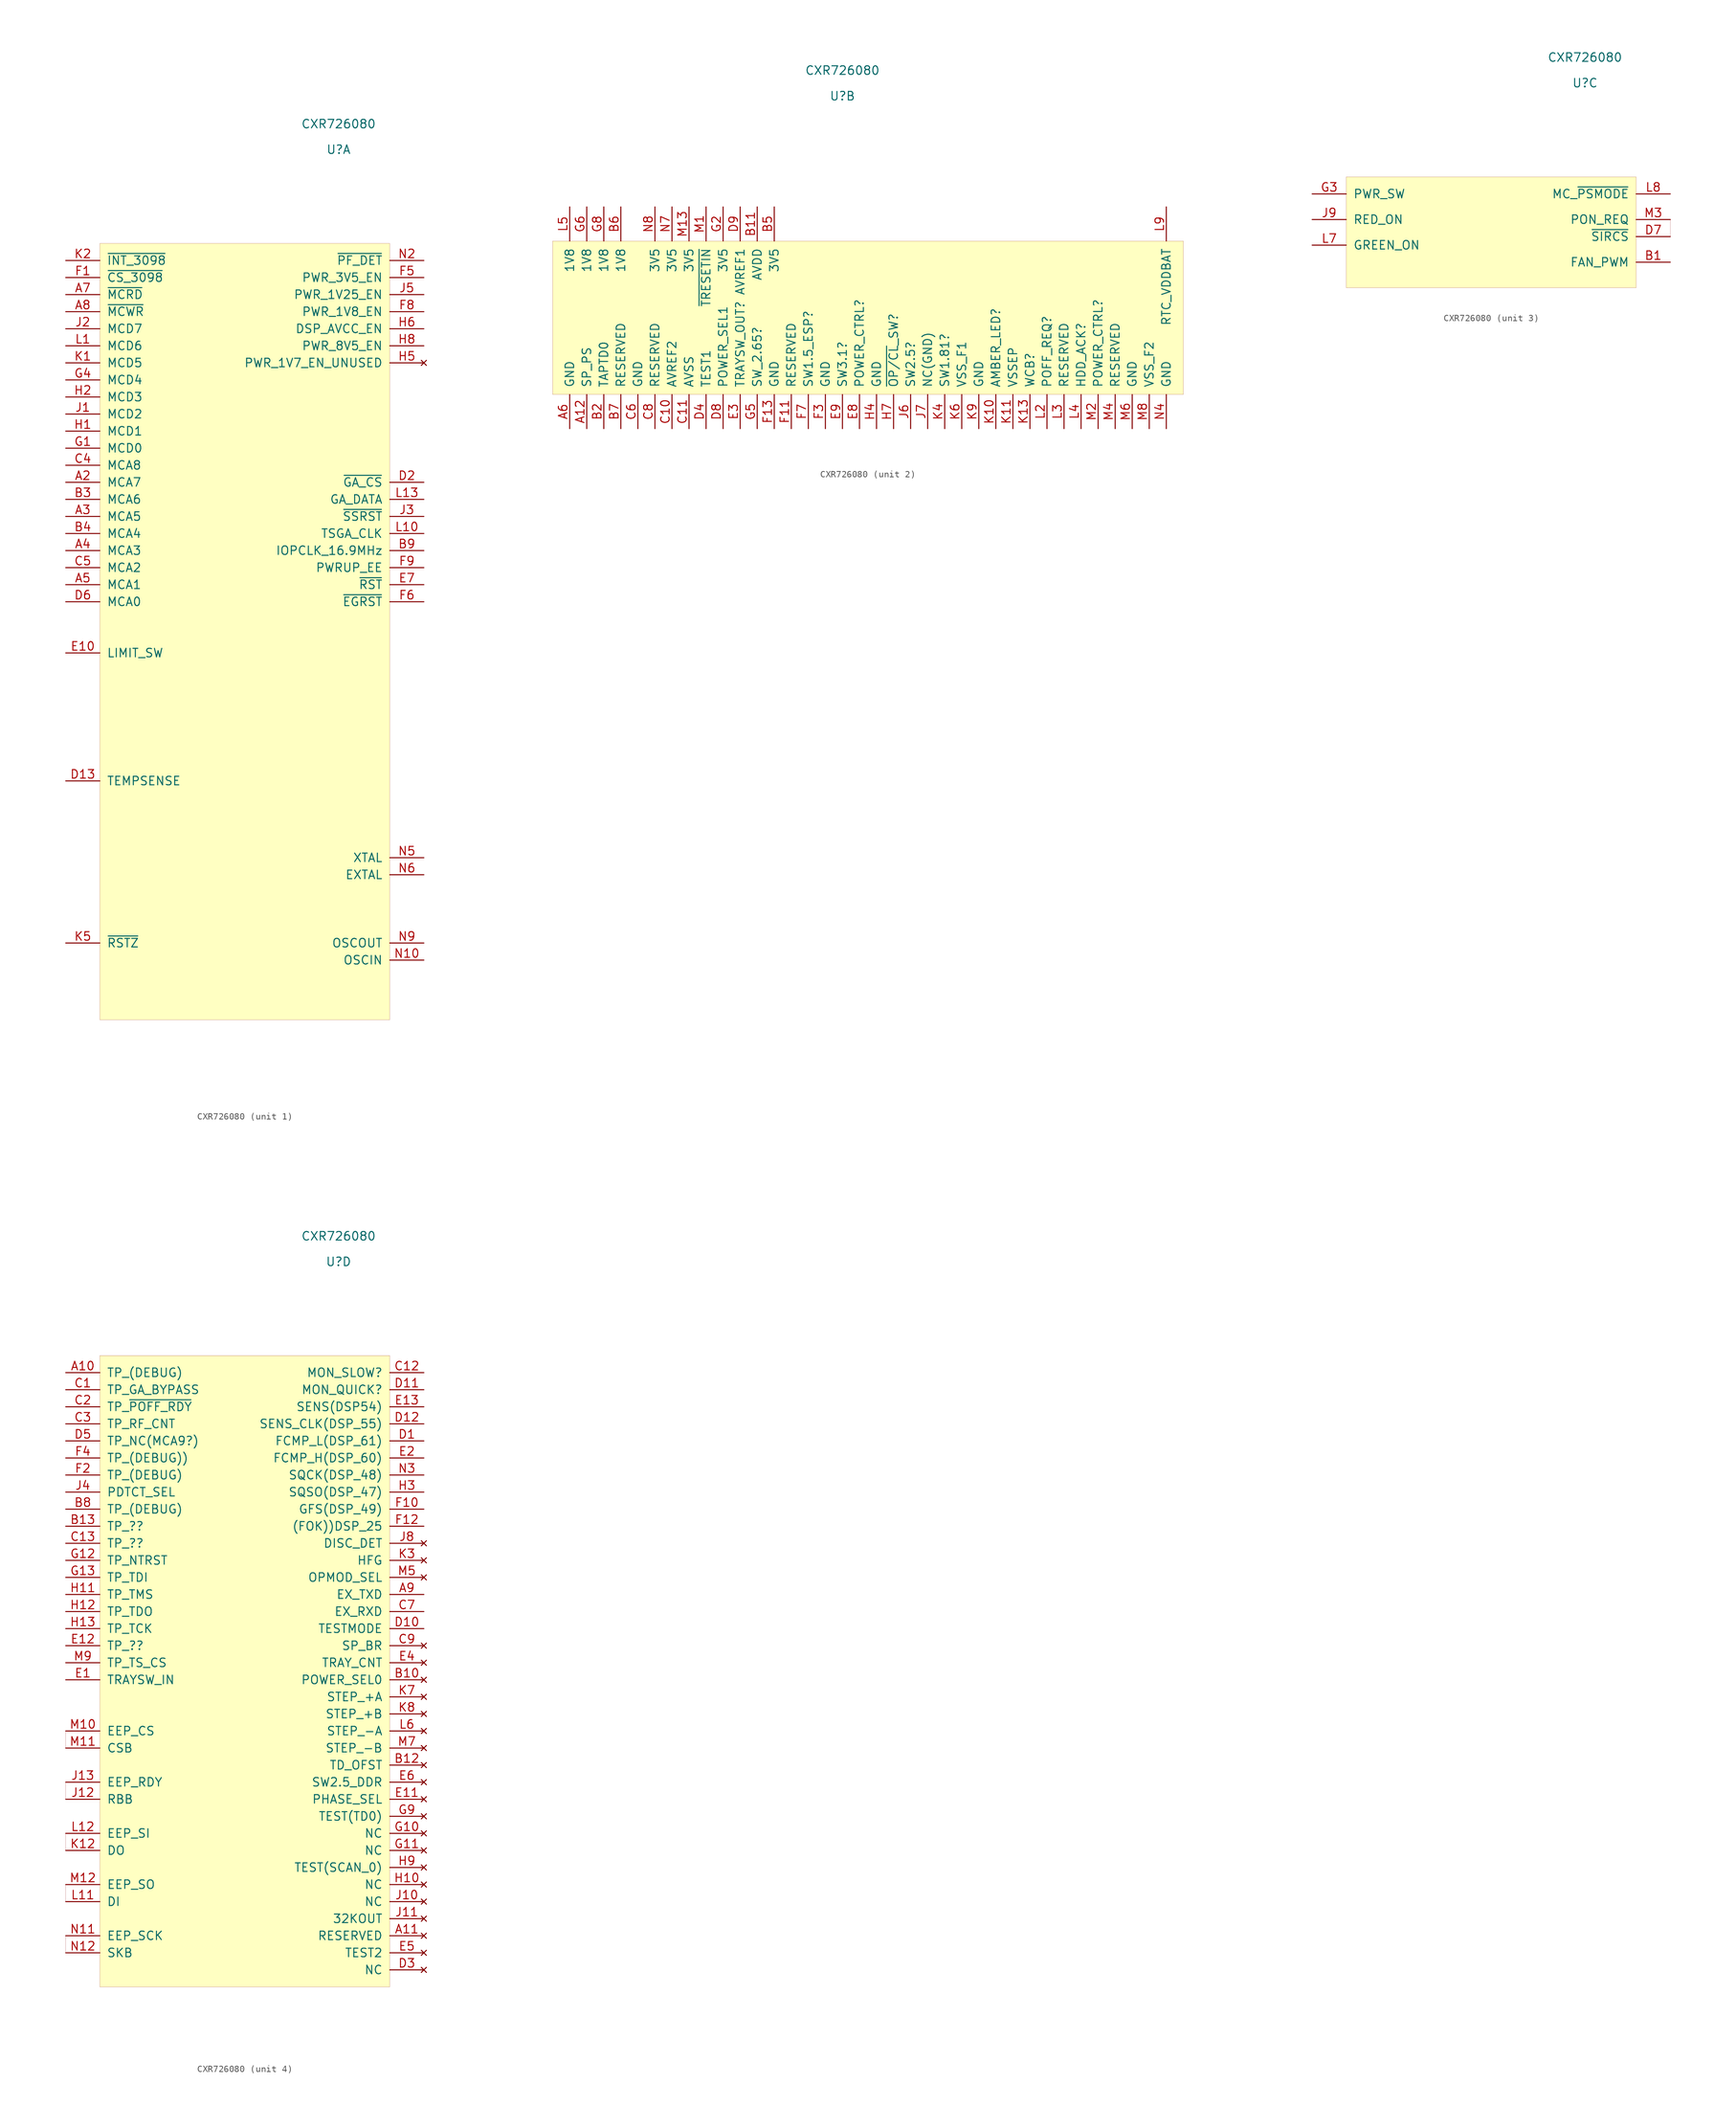
<source format=kicad_sym>
(kicad_symbol_lib
  (version 20220914)
  (generator kicad_symbol_editor)
  (symbol "CXR726080"
    (pin_names
      (offset 1.016))
    (property "Reference" "U"
      (at 40.64 16.51 0)
      (effects (font (size 1.27 1.27))))
    (property "Value" "CXR726080"
      (at 40.64 20.32 0)
      (effects (font (size 1.27 1.27))))
    (property "ki_locked" ""
      (at 0 0 0)
      (effects (font (size 1.27 1.27))))
    (symbol "CXR726080_1_0"
      (pin passive line (at 0 -33.02 0) (length 5.08) (name "MCA7" (effects (font (size 1.27 1.27)))) (number "A2" (effects (font (size 1.27 1.27)))))
      (pin passive line (at 0 -38.1 0) (length 5.08) (name "MCA5" (effects (font (size 1.27 1.27)))) (number "A3" (effects (font (size 1.27 1.27)))))
      (pin passive line (at 0 -43.18 0) (length 5.08) (name "MCA3" (effects (font (size 1.27 1.27)))) (number "A4" (effects (font (size 1.27 1.27)))))
      (pin passive line (at 0 -48.26 0) (length 5.08) (name "MCA1" (effects (font (size 1.27 1.27)))) (number "A5" (effects (font (size 1.27 1.27)))))
      (pin passive line (at 0 -5.08 0) (length 5.08) (name "~{MCRD}" (effects (font (size 1.27 1.27)))) (number "A7" (effects (font (size 1.27 1.27)))))
      (pin passive line (at 0 -7.62 0) (length 5.08) (name "~{MCWR}" (effects (font (size 1.27 1.27)))) (number "A8" (effects (font (size 1.27 1.27)))))
      (pin passive line (at 0 -35.56 0) (length 5.08) (name "MCA6" (effects (font (size 1.27 1.27)))) (number "B3" (effects (font (size 1.27 1.27)))))
      (pin passive line (at 0 -40.64 0) (length 5.08) (name "MCA4" (effects (font (size 1.27 1.27)))) (number "B4" (effects (font (size 1.27 1.27)))))
      (pin passive line (at 53.34 -43.18 180) (length 5.08) (name "IOPCLK_16.9MHz" (effects (font (size 1.27 1.27)))) (number "B9" (effects (font (size 1.27 1.27)))))
      (pin passive line (at 0 -30.48 0) (length 5.08) (name "MCA8" (effects (font (size 1.27 1.27)))) (number "C4" (effects (font (size 1.27 1.27)))))
      (pin passive line (at 0 -45.72 0) (length 5.08) (name "MCA2" (effects (font (size 1.27 1.27)))) (number "C5" (effects (font (size 1.27 1.27)))))
      (pin passive line (at 0 -77.47 0) (length 5.08) (name "TEMPSENSE" (effects (font (size 1.27 1.27)))) (number "D13" (effects (font (size 1.27 1.27)))))
      (pin passive line (at 53.34 -33.02 180) (length 5.08) (name "~{GA_CS}" (effects (font (size 1.27 1.27)))) (number "D2" (effects (font (size 1.27 1.27)))))
      (pin passive line (at 0 -50.8 0) (length 5.08) (name "MCA0" (effects (font (size 1.27 1.27)))) (number "D6" (effects (font (size 1.27 1.27)))))
      (pin passive line (at 0 -58.42 0) (length 5.08) (name "LIMIT_SW" (effects (font (size 1.27 1.27)))) (number "E10" (effects (font (size 1.27 1.27)))))
      (pin passive line (at 53.34 -48.26 180) (length 5.08) (name "~{RST}" (effects (font (size 1.27 1.27)))) (number "E7" (effects (font (size 1.27 1.27)))))
      (pin passive line (at 0 -2.54 0) (length 5.08) (name "~{CS_3098}" (effects (font (size 1.27 1.27)))) (number "F1" (effects (font (size 1.27 1.27)))))
      (pin passive line (at 53.34 -2.54 180) (length 5.08) (name "PWR_3V5_EN" (effects (font (size 1.27 1.27)))) (number "F5" (effects (font (size 1.27 1.27)))))
      (pin passive line (at 53.34 -50.8 180) (length 5.08) (name "~{EGRST}" (effects (font (size 1.27 1.27)))) (number "F6" (effects (font (size 1.27 1.27)))))
      (pin passive line (at 53.34 -7.62 180) (length 5.08) (name "PWR_1V8_EN" (effects (font (size 1.27 1.27)))) (number "F8" (effects (font (size 1.27 1.27)))))
      (pin passive line (at 53.34 -45.72 180) (length 5.08) (name "PWRUP_EE" (effects (font (size 1.27 1.27)))) (number "F9" (effects (font (size 1.27 1.27)))))
      (pin passive line (at 0 -27.94 0) (length 5.08) (name "MCD0" (effects (font (size 1.27 1.27)))) (number "G1" (effects (font (size 1.27 1.27)))))
      (pin passive line (at 0 -17.78 0) (length 5.08) (name "MCD4" (effects (font (size 1.27 1.27)))) (number "G4" (effects (font (size 1.27 1.27)))))
      (pin passive line (at 0 -25.4 0) (length 5.08) (name "MCD1" (effects (font (size 1.27 1.27)))) (number "H1" (effects (font (size 1.27 1.27)))))
      (pin passive line (at 0 -20.32 0) (length 5.08) (name "MCD3" (effects (font (size 1.27 1.27)))) (number "H2" (effects (font (size 1.27 1.27)))))
      (pin no_connect line (at 53.34 -15.24 180) (length 5.08) (name "PWR_1V7_EN_UNUSED" (effects (font (size 1.27 1.27)))) (number "H5" (effects (font (size 1.27 1.27)))))
      (pin passive line (at 53.34 -10.16 180) (length 5.08) (name "DSP_AVCC_EN" (effects (font (size 1.27 1.27)))) (number "H6" (effects (font (size 1.27 1.27)))))
      (pin passive line (at 53.34 -12.7 180) (length 5.08) (name "PWR_8V5_EN" (effects (font (size 1.27 1.27)))) (number "H8" (effects (font (size 1.27 1.27)))))
      (pin passive line (at 0 -22.86 0) (length 5.08) (name "MCD2" (effects (font (size 1.27 1.27)))) (number "J1" (effects (font (size 1.27 1.27)))))
      (pin passive line (at 0 -10.16 0) (length 5.08) (name "MCD7" (effects (font (size 1.27 1.27)))) (number "J2" (effects (font (size 1.27 1.27)))))
      (pin passive line (at 53.34 -38.1 180) (length 5.08) (name "~{SSRST}" (effects (font (size 1.27 1.27)))) (number "J3" (effects (font (size 1.27 1.27)))))
      (pin passive line (at 53.34 -5.08 180) (length 5.08) (name "PWR_1V25_EN" (effects (font (size 1.27 1.27)))) (number "J5" (effects (font (size 1.27 1.27)))))
      (pin passive line (at 0 -15.24 0) (length 5.08) (name "MCD5" (effects (font (size 1.27 1.27)))) (number "K1" (effects (font (size 1.27 1.27)))))
      (pin passive line (at 0 0 0) (length 5.08) (name "~{INT_3098}" (effects (font (size 1.27 1.27)))) (number "K2" (effects (font (size 1.27 1.27)))))
      (pin passive line (at 0 -101.6 0) (length 5.08) (name "~{RSTZ}" (effects (font (size 1.27 1.27)))) (number "K5" (effects (font (size 1.27 1.27)))))
      (pin passive line (at 0 -12.7 0) (length 5.08) (name "MCD6" (effects (font (size 1.27 1.27)))) (number "L1" (effects (font (size 1.27 1.27)))))
      (pin passive line (at 53.34 -40.64 180) (length 5.08) (name "TSGA_CLK" (effects (font (size 1.27 1.27)))) (number "L10" (effects (font (size 1.27 1.27)))))
      (pin passive line (at 53.34 -35.56 180) (length 5.08) (name "GA_DATA" (effects (font (size 1.27 1.27)))) (number "L13" (effects (font (size 1.27 1.27)))))
      (pin passive line (at 53.34 -104.14 180) (length 5.08) (name "OSCIN" (effects (font (size 1.27 1.27)))) (number "N10" (effects (font (size 1.27 1.27)))))
      (pin passive line (at 53.34 0 180) (length 5.08) (name "~{PF_DET}" (effects (font (size 1.27 1.27)))) (number "N2" (effects (font (size 1.27 1.27)))))
      (pin passive line (at 53.34 -88.9 180) (length 5.08) (name "XTAL" (effects (font (size 1.27 1.27)))) (number "N5" (effects (font (size 1.27 1.27)))))
      (pin passive line (at 53.34 -91.44 180) (length 5.08) (name "EXTAL" (effects (font (size 1.27 1.27)))) (number "N6" (effects (font (size 1.27 1.27)))))
      (pin passive line (at 53.34 -101.6 180) (length 5.08) (name "OSCOUT" (effects (font (size 1.27 1.27)))) (number "N9" (effects (font (size 1.27 1.27))))))
    (symbol "CXR726080_1_1"
      (rectangle (start 5.08 2.54) (end 48.26 -113.03) (stroke (width 0.001) (type default)) (fill (type background))))
    (symbol "CXR726080_2_0"
      (pin passive line (at 2.54 -33.02 90) (length 5.08) (name "SP_PS" (effects (font (size 1.27 1.27)))) (number "A12" (effects (font (size 1.27 1.27)))))
      (pin passive line (at 0 -33.02 90) (length 5.08) (name "GND" (effects (font (size 1.27 1.27)))) (number "A6" (effects (font (size 1.27 1.27)))))
      (pin passive line (at 27.94 0 270) (length 5.08) (name "AVDD" (effects (font (size 1.27 1.27)))) (number "B11" (effects (font (size 1.27 1.27)))))
      (pin passive line (at 5.08 -33.02 90) (length 5.08) (name "TAPTD0" (effects (font (size 1.27 1.27)))) (number "B2" (effects (font (size 1.27 1.27)))))
      (pin passive line (at 30.48 0 270) (length 5.08) (name "3V5" (effects (font (size 1.27 1.27)))) (number "B5" (effects (font (size 1.27 1.27)))))
      (pin passive line (at 7.62 0 270) (length 5.08) (name "1V8" (effects (font (size 1.27 1.27)))) (number "B6" (effects (font (size 1.27 1.27)))))
      (pin passive line (at 7.62 -33.02 90) (length 5.08) (name "RESERVED" (effects (font (size 1.27 1.27)))) (number "B7" (effects (font (size 1.27 1.27)))))
      (pin passive line (at 15.24 -33.02 90) (length 5.08) (name "AVREF2" (effects (font (size 1.27 1.27)))) (number "C10" (effects (font (size 1.27 1.27)))))
      (pin passive line (at 17.78 -33.02 90) (length 5.08) (name "AVSS" (effects (font (size 1.27 1.27)))) (number "C11" (effects (font (size 1.27 1.27)))))
      (pin passive line (at 10.16 -33.02 90) (length 5.08) (name "GND" (effects (font (size 1.27 1.27)))) (number "C6" (effects (font (size 1.27 1.27)))))
      (pin passive line (at 12.7 -33.02 90) (length 5.08) (name "RESERVED" (effects (font (size 1.27 1.27)))) (number "C8" (effects (font (size 1.27 1.27)))))
      (pin passive line (at 20.32 -33.02 90) (length 5.08) (name "TEST1" (effects (font (size 1.27 1.27)))) (number "D4" (effects (font (size 1.27 1.27)))))
      (pin passive line (at 22.86 -33.02 90) (length 5.08) (name "POWER_SEL1" (effects (font (size 1.27 1.27)))) (number "D8" (effects (font (size 1.27 1.27)))))
      (pin passive line (at 25.4 0 270) (length 5.08) (name "AVREF1" (effects (font (size 1.27 1.27)))) (number "D9" (effects (font (size 1.27 1.27)))))
      (pin passive line (at 25.4 -33.02 90) (length 5.08) (name "TRAYSW_OUT?" (effects (font (size 1.27 1.27)))) (number "E3" (effects (font (size 1.27 1.27)))))
      (pin passive line (at 43.18 -33.02 90) (length 5.08) (name "POWER_CTRL?" (effects (font (size 1.27 1.27)))) (number "E8" (effects (font (size 1.27 1.27)))))
      (pin passive line (at 40.64 -33.02 90) (length 5.08) (name "SW3.1?" (effects (font (size 1.27 1.27)))) (number "E9" (effects (font (size 1.27 1.27)))))
      (pin passive line (at 33.02 -33.02 90) (length 5.08) (name "RESERVED" (effects (font (size 1.27 1.27)))) (number "F11" (effects (font (size 1.27 1.27)))))
      (pin passive line (at 30.48 -33.02 90) (length 5.08) (name "GND" (effects (font (size 1.27 1.27)))) (number "F13" (effects (font (size 1.27 1.27)))))
      (pin passive line (at 38.1 -33.02 90) (length 5.08) (name "GND" (effects (font (size 1.27 1.27)))) (number "F3" (effects (font (size 1.27 1.27)))))
      (pin passive line (at 35.56 -33.02 90) (length 5.08) (name "SW1.5_ESP?" (effects (font (size 1.27 1.27)))) (number "F7" (effects (font (size 1.27 1.27)))))
      (pin passive line (at 22.86 0 270) (length 5.08) (name "3V5" (effects (font (size 1.27 1.27)))) (number "G2" (effects (font (size 1.27 1.27)))))
      (pin passive line (at 27.94 -33.02 90) (length 5.08) (name "SW_2.65?" (effects (font (size 1.27 1.27)))) (number "G5" (effects (font (size 1.27 1.27)))))
      (pin passive line (at 2.54 0 270) (length 5.08) (name "1V8" (effects (font (size 1.27 1.27)))) (number "G6" (effects (font (size 1.27 1.27)))))
      (pin passive line (at 5.08 0 270) (length 5.08) (name "1V8" (effects (font (size 1.27 1.27)))) (number "G8" (effects (font (size 1.27 1.27)))))
      (pin passive line (at 45.72 -33.02 90) (length 5.08) (name "GND" (effects (font (size 1.27 1.27)))) (number "H4" (effects (font (size 1.27 1.27)))))
      (pin passive line (at 48.26 -33.02 90) (length 5.08) (name "~{OP/CL}_SW?" (effects (font (size 1.27 1.27)))) (number "H7" (effects (font (size 1.27 1.27)))))
      (pin passive line (at 50.8 -33.02 90) (length 5.08) (name "SW2.5?" (effects (font (size 1.27 1.27)))) (number "J6" (effects (font (size 1.27 1.27)))))
      (pin passive line (at 53.34 -33.02 90) (length 5.08) (name "NC(GND)" (effects (font (size 1.27 1.27)))) (number "J7" (effects (font (size 1.27 1.27)))))
      (pin passive line (at 63.5 -33.02 90) (length 5.08) (name "AMBER_LED?" (effects (font (size 1.27 1.27)))) (number "K10" (effects (font (size 1.27 1.27)))))
      (pin passive line (at 66.04 -33.02 90) (length 5.08) (name "VSSEP" (effects (font (size 1.27 1.27)))) (number "K11" (effects (font (size 1.27 1.27)))))
      (pin passive line (at 68.58 -33.02 90) (length 5.08) (name "WCB?" (effects (font (size 1.27 1.27)))) (number "K13" (effects (font (size 1.27 1.27)))))
      (pin passive line (at 55.88 -33.02 90) (length 5.08) (name "SW1.81?" (effects (font (size 1.27 1.27)))) (number "K4" (effects (font (size 1.27 1.27)))))
      (pin passive line (at 58.42 -33.02 90) (length 5.08) (name "VSS_F1" (effects (font (size 1.27 1.27)))) (number "K6" (effects (font (size 1.27 1.27)))))
      (pin passive line (at 60.96 -33.02 90) (length 5.08) (name "GND" (effects (font (size 1.27 1.27)))) (number "K9" (effects (font (size 1.27 1.27)))))
      (pin passive line (at 71.12 -33.02 90) (length 5.08) (name "POFF_REQ?" (effects (font (size 1.27 1.27)))) (number "L2" (effects (font (size 1.27 1.27)))))
      (pin passive line (at 73.66 -33.02 90) (length 5.08) (name "RESERVED" (effects (font (size 1.27 1.27)))) (number "L3" (effects (font (size 1.27 1.27)))))
      (pin passive line (at 76.2 -33.02 90) (length 5.08) (name "HDD_ACK?" (effects (font (size 1.27 1.27)))) (number "L4" (effects (font (size 1.27 1.27)))))
      (pin passive line (at 0 0 270) (length 5.08) (name "1V8" (effects (font (size 1.27 1.27)))) (number "L5" (effects (font (size 1.27 1.27)))))
      (pin passive line (at 88.9 0 270) (length 5.08) (name "RTC_VDDBAT" (effects (font (size 1.27 1.27)))) (number "L9" (effects (font (size 1.27 1.27)))))
      (pin passive line (at 20.32 0 270) (length 5.08) (name "~{TRESETIN}" (effects (font (size 1.27 1.27)))) (number "M1" (effects (font (size 1.27 1.27)))))
      (pin passive line (at 17.78 0 270) (length 5.08) (name "3V5" (effects (font (size 1.27 1.27)))) (number "M13" (effects (font (size 1.27 1.27)))))
      (pin passive line (at 78.74 -33.02 90) (length 5.08) (name "POWER_CTRL?" (effects (font (size 1.27 1.27)))) (number "M2" (effects (font (size 1.27 1.27)))))
      (pin passive line (at 81.28 -33.02 90) (length 5.08) (name "RESERVED" (effects (font (size 1.27 1.27)))) (number "M4" (effects (font (size 1.27 1.27)))))
      (pin passive line (at 83.82 -33.02 90) (length 5.08) (name "GND" (effects (font (size 1.27 1.27)))) (number "M6" (effects (font (size 1.27 1.27)))))
      (pin passive line (at 86.36 -33.02 90) (length 5.08) (name "VSS_F2" (effects (font (size 1.27 1.27)))) (number "M8" (effects (font (size 1.27 1.27)))))
      (pin passive line (at 88.9 -33.02 90) (length 5.08) (name "GND" (effects (font (size 1.27 1.27)))) (number "N4" (effects (font (size 1.27 1.27)))))
      (pin passive line (at 15.24 0 270) (length 5.08) (name "3V5" (effects (font (size 1.27 1.27)))) (number "N7" (effects (font (size 1.27 1.27)))))
      (pin passive line (at 12.7 0 270) (length 5.08) (name "3V5" (effects (font (size 1.27 1.27)))) (number "N8" (effects (font (size 1.27 1.27))))))
    (symbol "CXR726080_2_1"
      (rectangle (start -2.54 -5.08) (end 91.44 -27.94) (stroke (width 0.001) (type default)) (fill (type background))))
    (symbol "CXR726080_3_0"
      (pin passive line (at 53.34 -10.16 180) (length 5.08) (name "FAN_PWM" (effects (font (size 1.27 1.27)))) (number "B1" (effects (font (size 1.27 1.27)))))
      (pin passive line (at 53.34 -6.35 180) (length 5.08) (name "~{SIRCS}" (effects (font (size 1.27 1.27)))) (number "D7" (effects (font (size 1.27 1.27)))))
      (pin passive line (at 0 0 0) (length 5.08) (name "PWR_SW" (effects (font (size 1.27 1.27)))) (number "G3" (effects (font (size 1.27 1.27)))))
      (pin passive line (at 0 -3.81 0) (length 5.08) (name "RED_ON" (effects (font (size 1.27 1.27)))) (number "J9" (effects (font (size 1.27 1.27)))))
      (pin passive line (at 0 -7.62 0) (length 5.08) (name "GREEN_ON" (effects (font (size 1.27 1.27)))) (number "L7" (effects (font (size 1.27 1.27)))))
      (pin passive line (at 53.34 0 180) (length 5.08) (name "MC_~{PSMODE}" (effects (font (size 1.27 1.27)))) (number "L8" (effects (font (size 1.27 1.27)))))
      (pin passive line (at 53.34 -3.81 180) (length 5.08) (name "PON_REQ" (effects (font (size 1.27 1.27)))) (number "M3" (effects (font (size 1.27 1.27))))))
    (symbol "CXR726080_3_1"
      (polyline (pts (xy 53.34 -3.81) (xy 53.34 -6.35)) (stroke (width 0.001) (type default)) (fill (type none)))
      (rectangle (start 5.08 2.54) (end 48.26 -13.97) (stroke (width 0.001) (type default)) (fill (type background))))
    (symbol "CXR726080_4_0"
      (pin passive line (at 0 0 0) (length 5.08) (name "TP_(DEBUG)" (effects (font (size 1.27 1.27)))) (number "A10" (effects (font (size 1.27 1.27)))))
      (pin no_connect line (at 53.34 -83.82 180) (length 5.08) (name "RESERVED" (effects (font (size 1.27 1.27)))) (number "A11" (effects (font (size 1.27 1.27)))))
      (pin passive line (at 53.34 -33.02 180) (length 5.08) (name "EX_TXD" (effects (font (size 1.27 1.27)))) (number "A9" (effects (font (size 1.27 1.27)))))
      (pin no_connect line (at 53.34 -45.72 180) (length 5.08) (name "POWER_SEL0" (effects (font (size 1.27 1.27)))) (number "B10" (effects (font (size 1.27 1.27)))))
      (pin no_connect line (at 53.34 -58.42 180) (length 5.08) (name "TD_OFST" (effects (font (size 1.27 1.27)))) (number "B12" (effects (font (size 1.27 1.27)))))
      (pin passive line (at 0 -22.86 0) (length 5.08) (name "TP_??" (effects (font (size 1.27 1.27)))) (number "B13" (effects (font (size 1.27 1.27)))))
      (pin passive line (at 0 -20.32 0) (length 5.08) (name "TP_(DEBUG)" (effects (font (size 1.27 1.27)))) (number "B8" (effects (font (size 1.27 1.27)))))
      (pin passive line (at 0 -2.54 0) (length 5.08) (name "TP_GA_BYPASS" (effects (font (size 1.27 1.27)))) (number "C1" (effects (font (size 1.27 1.27)))))
      (pin passive line (at 53.34 0 180) (length 5.08) (name "MON_SLOW?" (effects (font (size 1.27 1.27)))) (number "C12" (effects (font (size 1.27 1.27)))))
      (pin passive line (at 0 -25.4 0) (length 5.08) (name "TP_??" (effects (font (size 1.27 1.27)))) (number "C13" (effects (font (size 1.27 1.27)))))
      (pin passive line (at 0 -5.08 0) (length 5.08) (name "TP_~{POFF_RDY}" (effects (font (size 1.27 1.27)))) (number "C2" (effects (font (size 1.27 1.27)))))
      (pin passive line (at 0 -7.62 0) (length 5.08) (name "TP_RF_CNT" (effects (font (size 1.27 1.27)))) (number "C3" (effects (font (size 1.27 1.27)))))
      (pin passive line (at 53.34 -35.56 180) (length 5.08) (name "EX_RXD" (effects (font (size 1.27 1.27)))) (number "C7" (effects (font (size 1.27 1.27)))))
      (pin no_connect line (at 53.34 -40.64 180) (length 5.08) (name "SP_BR" (effects (font (size 1.27 1.27)))) (number "C9" (effects (font (size 1.27 1.27)))))
      (pin passive line (at 53.34 -10.16 180) (length 5.08) (name "FCMP_L(DSP_61)" (effects (font (size 1.27 1.27)))) (number "D1" (effects (font (size 1.27 1.27)))))
      (pin passive line (at 53.34 -38.1 180) (length 5.08) (name "TESTMODE" (effects (font (size 1.27 1.27)))) (number "D10" (effects (font (size 1.27 1.27)))))
      (pin passive line (at 53.34 -2.54 180) (length 5.08) (name "MON_QUICK?" (effects (font (size 1.27 1.27)))) (number "D11" (effects (font (size 1.27 1.27)))))
      (pin passive line (at 53.34 -7.62 180) (length 5.08) (name "SENS_CLK(DSP_55)" (effects (font (size 1.27 1.27)))) (number "D12" (effects (font (size 1.27 1.27)))))
      (pin no_connect line (at 53.34 -88.9 180) (length 5.08) (name "NC" (effects (font (size 1.27 1.27)))) (number "D3" (effects (font (size 1.27 1.27)))))
      (pin passive line (at 0 -10.16 0) (length 5.08) (name "TP_NC(MCA9?)" (effects (font (size 1.27 1.27)))) (number "D5" (effects (font (size 1.27 1.27)))))
      (pin passive line (at 0 -45.72 0) (length 5.08) (name "TRAYSW_IN" (effects (font (size 1.27 1.27)))) (number "E1" (effects (font (size 1.27 1.27)))))
      (pin no_connect line (at 53.34 -63.5 180) (length 5.08) (name "PHASE_SEL" (effects (font (size 1.27 1.27)))) (number "E11" (effects (font (size 1.27 1.27)))))
      (pin passive line (at 0 -40.64 0) (length 5.08) (name "TP_??" (effects (font (size 1.27 1.27)))) (number "E12" (effects (font (size 1.27 1.27)))))
      (pin passive line (at 53.34 -5.08 180) (length 5.08) (name "SENS(DSP54)" (effects (font (size 1.27 1.27)))) (number "E13" (effects (font (size 1.27 1.27)))))
      (pin passive line (at 53.34 -12.7 180) (length 5.08) (name "FCMP_H(DSP_60)" (effects (font (size 1.27 1.27)))) (number "E2" (effects (font (size 1.27 1.27)))))
      (pin no_connect line (at 53.34 -43.18 180) (length 5.08) (name "TRAY_CNT" (effects (font (size 1.27 1.27)))) (number "E4" (effects (font (size 1.27 1.27)))))
      (pin no_connect line (at 53.34 -86.36 180) (length 5.08) (name "TEST2" (effects (font (size 1.27 1.27)))) (number "E5" (effects (font (size 1.27 1.27)))))
      (pin no_connect line (at 53.34 -60.96 180) (length 5.08) (name "SW2.5_DDR" (effects (font (size 1.27 1.27)))) (number "E6" (effects (font (size 1.27 1.27)))))
      (pin passive line (at 53.34 -20.32 180) (length 5.08) (name "GFS(DSP_49)" (effects (font (size 1.27 1.27)))) (number "F10" (effects (font (size 1.27 1.27)))))
      (pin passive line (at 53.34 -22.86 180) (length 5.08) (name "(FOK))DSP_25" (effects (font (size 1.27 1.27)))) (number "F12" (effects (font (size 1.27 1.27)))))
      (pin passive line (at 0 -15.24 0) (length 5.08) (name "TP_(DEBUG)" (effects (font (size 1.27 1.27)))) (number "F2" (effects (font (size 1.27 1.27)))))
      (pin passive line (at 0 -12.7 0) (length 5.08) (name "TP_(DEBUG))" (effects (font (size 1.27 1.27)))) (number "F4" (effects (font (size 1.27 1.27)))))
      (pin no_connect line (at 53.34 -68.58 180) (length 5.08) (name "NC" (effects (font (size 1.27 1.27)))) (number "G10" (effects (font (size 1.27 1.27)))))
      (pin no_connect line (at 53.34 -71.12 180) (length 5.08) (name "NC" (effects (font (size 1.27 1.27)))) (number "G11" (effects (font (size 1.27 1.27)))))
      (pin passive line (at 0 -27.94 0) (length 5.08) (name "TP_NTRST" (effects (font (size 1.27 1.27)))) (number "G12" (effects (font (size 1.27 1.27)))))
      (pin passive line (at 0 -30.48 0) (length 5.08) (name "TP_TDI" (effects (font (size 1.27 1.27)))) (number "G13" (effects (font (size 1.27 1.27)))))
      (pin no_connect line (at 53.34 -66.04 180) (length 5.08) (name "TEST(TD0)" (effects (font (size 1.27 1.27)))) (number "G9" (effects (font (size 1.27 1.27)))))
      (pin no_connect line (at 53.34 -76.2 180) (length 5.08) (name "NC" (effects (font (size 1.27 1.27)))) (number "H10" (effects (font (size 1.27 1.27)))))
      (pin passive line (at 0 -33.02 0) (length 5.08) (name "TP_TMS" (effects (font (size 1.27 1.27)))) (number "H11" (effects (font (size 1.27 1.27)))))
      (pin passive line (at 0 -35.56 0) (length 5.08) (name "TP_TDO" (effects (font (size 1.27 1.27)))) (number "H12" (effects (font (size 1.27 1.27)))))
      (pin passive line (at 0 -38.1 0) (length 5.08) (name "TP_TCK" (effects (font (size 1.27 1.27)))) (number "H13" (effects (font (size 1.27 1.27)))))
      (pin passive line (at 53.34 -17.78 180) (length 5.08) (name "SQSO(DSP_47)" (effects (font (size 1.27 1.27)))) (number "H3" (effects (font (size 1.27 1.27)))))
      (pin no_connect line (at 53.34 -73.66 180) (length 5.08) (name "TEST(SCAN_0)" (effects (font (size 1.27 1.27)))) (number "H9" (effects (font (size 1.27 1.27)))))
      (pin no_connect line (at 53.34 -78.74 180) (length 5.08) (name "NC" (effects (font (size 1.27 1.27)))) (number "J10" (effects (font (size 1.27 1.27)))))
      (pin no_connect line (at 53.34 -81.28 180) (length 5.08) (name "32KOUT" (effects (font (size 1.27 1.27)))) (number "J11" (effects (font (size 1.27 1.27)))))
      (pin passive line (at 0 -63.5 0) (length 5.08) (name "RBB" (effects (font (size 1.27 1.27)))) (number "J12" (effects (font (size 1.27 1.27)))))
      (pin passive line (at 0 -60.96 0) (length 5.08) (name "EEP_RDY" (effects (font (size 1.27 1.27)))) (number "J13" (effects (font (size 1.27 1.27)))))
      (pin passive line (at 0 -17.78 0) (length 5.08) (name "PDTCT_SEL" (effects (font (size 1.27 1.27)))) (number "J4" (effects (font (size 1.27 1.27)))))
      (pin no_connect line (at 53.34 -25.4 180) (length 5.08) (name "DISC_DET" (effects (font (size 1.27 1.27)))) (number "J8" (effects (font (size 1.27 1.27)))))
      (pin passive line (at 0 -71.12 0) (length 5.08) (name "DO" (effects (font (size 1.27 1.27)))) (number "K12" (effects (font (size 1.27 1.27)))))
      (pin no_connect line (at 53.34 -27.94 180) (length 5.08) (name "HFG" (effects (font (size 1.27 1.27)))) (number "K3" (effects (font (size 1.27 1.27)))))
      (pin no_connect line (at 53.34 -48.26 180) (length 5.08) (name "STEP_+A" (effects (font (size 1.27 1.27)))) (number "K7" (effects (font (size 1.27 1.27)))))
      (pin no_connect line (at 53.34 -50.8 180) (length 5.08) (name "STEP_+B" (effects (font (size 1.27 1.27)))) (number "K8" (effects (font (size 1.27 1.27)))))
      (pin passive line (at 0 -78.74 0) (length 5.08) (name "DI" (effects (font (size 1.27 1.27)))) (number "L11" (effects (font (size 1.27 1.27)))))
      (pin passive line (at 0 -68.58 0) (length 5.08) (name "EEP_SI" (effects (font (size 1.27 1.27)))) (number "L12" (effects (font (size 1.27 1.27)))))
      (pin no_connect line (at 53.34 -53.34 180) (length 5.08) (name "STEP_-A" (effects (font (size 1.27 1.27)))) (number "L6" (effects (font (size 1.27 1.27)))))
      (pin passive line (at 0 -53.34 0) (length 5.08) (name "EEP_CS" (effects (font (size 1.27 1.27)))) (number "M10" (effects (font (size 1.27 1.27)))))
      (pin passive line (at 0 -55.88 0) (length 5.08) (name "CSB" (effects (font (size 1.27 1.27)))) (number "M11" (effects (font (size 1.27 1.27)))))
      (pin passive line (at 0 -76.2 0) (length 5.08) (name "EEP_SO" (effects (font (size 1.27 1.27)))) (number "M12" (effects (font (size 1.27 1.27)))))
      (pin no_connect line (at 53.34 -30.48 180) (length 5.08) (name "OPMOD_SEL" (effects (font (size 1.27 1.27)))) (number "M5" (effects (font (size 1.27 1.27)))))
      (pin no_connect line (at 53.34 -55.88 180) (length 5.08) (name "STEP_-B" (effects (font (size 1.27 1.27)))) (number "M7" (effects (font (size 1.27 1.27)))))
      (pin passive line (at 0 -43.18 0) (length 5.08) (name "TP_TS_CS" (effects (font (size 1.27 1.27)))) (number "M9" (effects (font (size 1.27 1.27)))))
      (pin passive line (at 0 -83.82 0) (length 5.08) (name "EEP_SCK" (effects (font (size 1.27 1.27)))) (number "N11" (effects (font (size 1.27 1.27)))))
      (pin passive line (at 0 -86.36 0) (length 5.08) (name "SKB" (effects (font (size 1.27 1.27)))) (number "N12" (effects (font (size 1.27 1.27)))))
      (pin passive line (at 53.34 -15.24 180) (length 5.08) (name "SQCK(DSP_48)" (effects (font (size 1.27 1.27)))) (number "N3" (effects (font (size 1.27 1.27))))))
    (symbol "CXR726080_4_1"
      (polyline (pts (xy 0 -83.82) (xy 0 -86.36)) (stroke (width 0.001) (type default)) (fill (type none)))
      (polyline (pts (xy 0 -76.2) (xy 0 -78.74)) (stroke (width 0.001) (type default)) (fill (type none)))
      (polyline (pts (xy 0 -68.58) (xy 0 -71.12)) (stroke (width 0.001) (type default)) (fill (type none)))
      (polyline (pts (xy 0 -60.96) (xy 0 -63.5)) (stroke (width 0.001) (type default)) (fill (type none)))
      (polyline (pts (xy 0 -55.88) (xy 0 -53.34)) (stroke (width 0.001) (type default)) (fill (type none)))
      (rectangle (start 5.08 2.54) (end 48.26 -91.44) (stroke (width 0.001) (type default)) (fill (type background))))))
</source>
